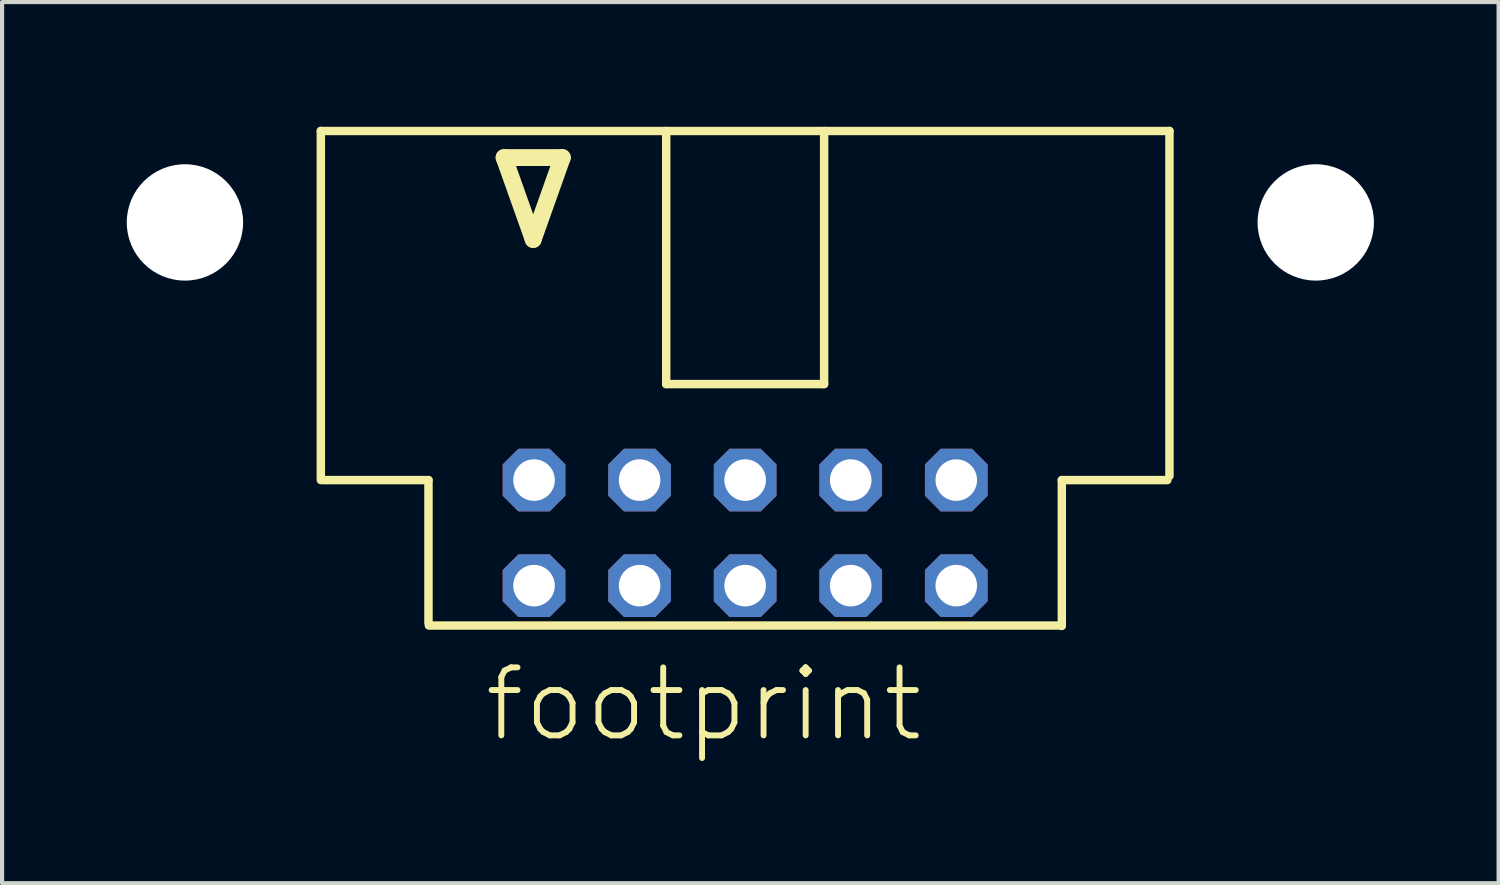
<source format=kicad_pcb>
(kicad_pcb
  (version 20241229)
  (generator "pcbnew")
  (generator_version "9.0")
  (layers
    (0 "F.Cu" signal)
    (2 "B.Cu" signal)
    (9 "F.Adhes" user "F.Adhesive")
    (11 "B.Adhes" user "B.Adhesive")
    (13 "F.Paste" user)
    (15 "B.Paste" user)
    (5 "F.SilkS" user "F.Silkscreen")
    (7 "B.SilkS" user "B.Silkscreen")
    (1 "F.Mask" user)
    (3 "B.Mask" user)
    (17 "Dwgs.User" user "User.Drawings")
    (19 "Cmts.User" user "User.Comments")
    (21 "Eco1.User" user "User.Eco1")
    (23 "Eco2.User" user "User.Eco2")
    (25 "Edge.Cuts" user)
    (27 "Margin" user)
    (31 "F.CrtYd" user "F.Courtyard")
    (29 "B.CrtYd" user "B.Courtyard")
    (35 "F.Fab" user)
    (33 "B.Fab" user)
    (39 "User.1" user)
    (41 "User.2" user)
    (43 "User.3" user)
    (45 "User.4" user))
  (footprint "footprint"
    (layer "F.Cu")
    (at 14.88 5.962)
    (property "Reference" "footprint" (at -6.35 8.89 0) (layer "F.SilkS") (effects (font (size 1.636 1.636) (thickness 0.142)) (justify left bottom)))
    (fp_line (start -10.21 -5.86) (end 10.21 -5.86) (stroke (width 0.203) (type solid)) (layer "F.SilkS"))
    (fp_line (start -10.21 2.54) (end -10.21 -5.86) (stroke (width 0.203) (type solid)) (layer "F.SilkS"))
    (fp_line (start -10.16 2.54) (end -7.62 2.54) (stroke (width 0.203) (type solid)) (layer "F.SilkS"))
    (fp_line (start -7.62 2.54) (end -7.62 5.98) (stroke (width 0.203) (type solid)) (layer "F.SilkS"))
    (fp_line (start -5.8 -5.22) (end -5.1 -3.25) (stroke (width 0.406) (type solid)) (layer "F.SilkS"))
    (fp_line (start -5.1 -3.25) (end -4.4 -5.22) (stroke (width 0.406) (type solid)) (layer "F.SilkS"))
    (fp_line (start -4.4 -5.22) (end -5.8 -5.22) (stroke (width 0.406) (type solid)) (layer "F.SilkS"))
    (fp_line (start -1.9 0.23) (end -1.9 -5.86) (stroke (width 0.203) (type solid)) (layer "F.SilkS"))
    (fp_line (start -1.9 0.23) (end 1.9 0.23) (stroke (width 0.203) (type solid)) (layer "F.SilkS"))
    (fp_line (start 1.9 0.23) (end 1.9 -5.86) (stroke (width 0.203) (type solid)) (layer "F.SilkS"))
    (fp_line (start 7.61 6.04) (end -7.61 6.04) (stroke (width 0.203) (type solid)) (layer "F.SilkS"))
    (fp_line (start 7.62 2.54) (end 7.62 6.05) (stroke (width 0.203) (type solid)) (layer "F.SilkS"))
    (fp_line (start 10.16 2.54) (end 7.62 2.54) (stroke (width 0.203) (type solid)) (layer "F.SilkS"))
    (fp_line (start 10.21 -5.86) (end 10.21 2.44) (stroke (width 0.203) (type solid)) (layer "F.SilkS"))
    (pad "" np_thru_hole circle (at -13.48 -3.66) (size 2.8 2.8) (drill 2.8) (layers "*.Cu" "*.Mask"))
    (pad "" np_thru_hole circle (at 13.73 -3.66) (size 2.8 2.8) (drill 2.8) (layers "*.Cu" "*.Mask"))
    (pad "1" thru_hole roundrect (at -5.08 5.08) (size 1.508 1.508) (drill 1) (layers "*.Cu" "*.Mask") (roundrect_rratio 0.25) (chamfer_ratio 0.25) (chamfer top_left top_right bottom_left bottom_right))
    (pad "2" thru_hole roundrect (at -5.08 2.54) (size 1.508 1.508) (drill 1) (layers "*.Cu" "*.Mask") (roundrect_rratio 0.25) (chamfer_ratio 0.25) (chamfer top_left top_right bottom_left bottom_right))
    (pad "3" thru_hole roundrect (at -2.54 5.08) (size 1.508 1.508) (drill 1) (layers "*.Cu" "*.Mask") (roundrect_rratio 0.25) (chamfer_ratio 0.25) (chamfer top_left top_right bottom_left bottom_right))
    (pad "4" thru_hole roundrect (at -2.54 2.54) (size 1.508 1.508) (drill 1) (layers "*.Cu" "*.Mask") (roundrect_rratio 0.25) (chamfer_ratio 0.25) (chamfer top_left top_right bottom_left bottom_right))
    (pad "5" thru_hole roundrect (at 0 5.08) (size 1.508 1.508) (drill 1) (layers "*.Cu" "*.Mask") (roundrect_rratio 0.25) (chamfer_ratio 0.25) (chamfer top_left top_right bottom_left bottom_right))
    (pad "6" thru_hole roundrect (at 0 2.54) (size 1.508 1.508) (drill 1) (layers "*.Cu" "*.Mask") (roundrect_rratio 0.25) (chamfer_ratio 0.25) (chamfer top_left top_right bottom_left bottom_right))
    (pad "7" thru_hole roundrect (at 2.54 5.08) (size 1.508 1.508) (drill 1) (layers "*.Cu" "*.Mask") (roundrect_rratio 0.25) (chamfer_ratio 0.25) (chamfer top_left top_right bottom_left bottom_right))
    (pad "8" thru_hole roundrect (at 2.54 2.54) (size 1.508 1.508) (drill 1) (layers "*.Cu" "*.Mask") (roundrect_rratio 0.25) (chamfer_ratio 0.25) (chamfer top_left top_right bottom_left bottom_right))
    (pad "9" thru_hole roundrect (at 5.08 5.08) (size 1.508 1.508) (drill 1) (layers "*.Cu" "*.Mask") (roundrect_rratio 0.25) (chamfer_ratio 0.25) (chamfer top_left top_right bottom_left bottom_right))
    (pad "10" thru_hole roundrect (at 5.08 2.54) (size 1.508 1.508) (drill 1) (layers "*.Cu" "*.Mask") (roundrect_rratio 0.25) (chamfer_ratio 0.25) (chamfer top_left top_right bottom_left bottom_right)))
  (gr_rect
    (start -3 -3)
    (end 33.01 18.202)
    (stroke (width 0.1) (type default))
    (fill no)
    (layer "Edge.Cuts")))
</source>
